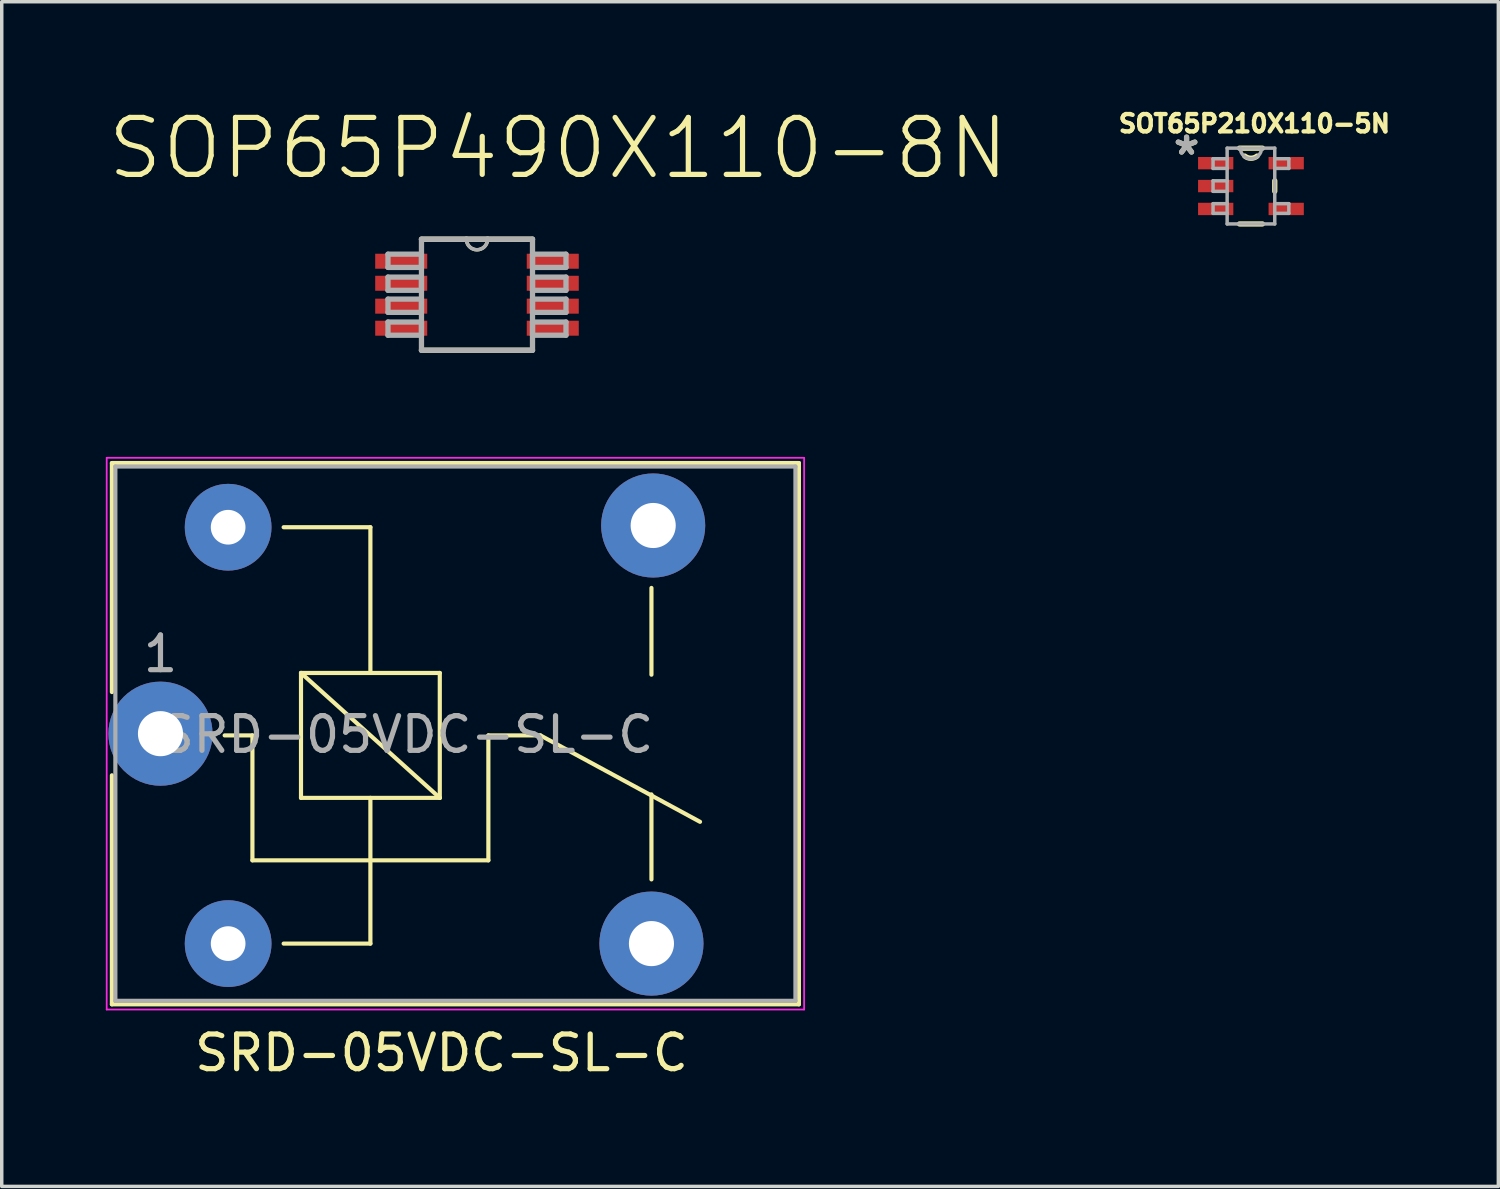
<source format=kicad_pcb>
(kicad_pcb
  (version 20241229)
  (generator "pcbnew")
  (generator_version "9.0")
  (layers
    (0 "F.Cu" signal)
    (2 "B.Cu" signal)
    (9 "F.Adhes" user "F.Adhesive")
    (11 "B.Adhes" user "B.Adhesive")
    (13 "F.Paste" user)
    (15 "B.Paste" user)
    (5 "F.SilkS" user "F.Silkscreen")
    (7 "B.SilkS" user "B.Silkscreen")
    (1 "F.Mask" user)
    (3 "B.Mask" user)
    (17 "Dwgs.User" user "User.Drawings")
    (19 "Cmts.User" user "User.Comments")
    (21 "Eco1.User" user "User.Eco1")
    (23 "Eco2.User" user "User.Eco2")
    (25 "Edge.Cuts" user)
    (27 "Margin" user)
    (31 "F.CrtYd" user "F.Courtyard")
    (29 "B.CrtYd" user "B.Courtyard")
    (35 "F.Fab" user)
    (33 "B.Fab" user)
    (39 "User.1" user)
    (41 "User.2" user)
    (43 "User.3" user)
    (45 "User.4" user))
  (footprint "SOP65P490X110-8N"
    (layer "F.Cu")
    (at 10.697 5.444)
    (property "Reference" "SOP65P490X110-8N" (at 2.339 -4.22 0) (layer "F.SilkS") (effects (font (size 1.641 1.641) (thickness 0.15))))
    (attr through_hole)
    (fp_line (start -1.6 1.6) (end 1.6 1.6) (stroke (width 0.152) (type solid)) (layer "F.SilkS"))
    (fp_line (start -0.305 -1.6) (end -1.6 -1.6) (stroke (width 0.152) (type solid)) (layer "F.SilkS"))
    (fp_line (start 0.305 -1.6) (end -0.305 -1.6) (stroke (width 0.152) (type solid)) (layer "F.SilkS"))
    (fp_line (start 1.6 -1.6) (end 0.305 -1.6) (stroke (width 0.152) (type solid)) (layer "F.SilkS"))
    (fp_arc (start 0.3048 -1.6002) (mid 0 -1.2954) (end -0.3048 -1.6002) (stroke (width 0.1) (type solid)) (layer "F.SilkS"))
    (fp_line (start -2.565 -1.168) (end -2.565 -0.787) (stroke (width 0.152) (type solid)) (layer "F.Fab"))
    (fp_line (start -2.565 -0.787) (end -1.6 -0.787) (stroke (width 0.152) (type solid)) (layer "F.Fab"))
    (fp_line (start -2.565 -0.508) (end -2.565 -0.127) (stroke (width 0.152) (type solid)) (layer "F.Fab"))
    (fp_line (start -2.565 -0.127) (end -1.6 -0.127) (stroke (width 0.152) (type solid)) (layer "F.Fab"))
    (fp_line (start -2.565 0.127) (end -2.565 0.508) (stroke (width 0.152) (type solid)) (layer "F.Fab"))
    (fp_line (start -2.565 0.508) (end -1.6 0.508) (stroke (width 0.152) (type solid)) (layer "F.Fab"))
    (fp_line (start -2.565 0.787) (end -2.565 1.168) (stroke (width 0.152) (type solid)) (layer "F.Fab"))
    (fp_line (start -2.565 1.168) (end -1.6 1.168) (stroke (width 0.152) (type solid)) (layer "F.Fab"))
    (fp_line (start -1.6 -1.6) (end -1.6 1.6) (stroke (width 0.152) (type solid)) (layer "F.Fab"))
    (fp_line (start -1.6 -1.168) (end -2.565 -1.168) (stroke (width 0.152) (type solid)) (layer "F.Fab"))
    (fp_line (start -1.6 -0.787) (end -1.6 -1.168) (stroke (width 0.152) (type solid)) (layer "F.Fab"))
    (fp_line (start -1.6 -0.508) (end -2.565 -0.508) (stroke (width 0.152) (type solid)) (layer "F.Fab"))
    (fp_line (start -1.6 -0.127) (end -1.6 -0.508) (stroke (width 0.152) (type solid)) (layer "F.Fab"))
    (fp_line (start -1.6 0.127) (end -2.565 0.127) (stroke (width 0.152) (type solid)) (layer "F.Fab"))
    (fp_line (start -1.6 0.508) (end -1.6 0.127) (stroke (width 0.152) (type solid)) (layer "F.Fab"))
    (fp_line (start -1.6 0.787) (end -2.565 0.787) (stroke (width 0.152) (type solid)) (layer "F.Fab"))
    (fp_line (start -1.6 1.168) (end -1.6 0.787) (stroke (width 0.152) (type solid)) (layer "F.Fab"))
    (fp_line (start -1.6 1.6) (end 1.6 1.6) (stroke (width 0.152) (type solid)) (layer "F.Fab"))
    (fp_line (start -0.305 -1.6) (end -1.6 -1.6) (stroke (width 0.152) (type solid)) (layer "F.Fab"))
    (fp_line (start 0.305 -1.6) (end -0.305 -1.6) (stroke (width 0.152) (type solid)) (layer "F.Fab"))
    (fp_line (start 1.6 -1.6) (end 0.305 -1.6) (stroke (width 0.152) (type solid)) (layer "F.Fab"))
    (fp_line (start 1.6 -1.168) (end 1.6 -0.787) (stroke (width 0.152) (type solid)) (layer "F.Fab"))
    (fp_line (start 1.6 -0.787) (end 2.565 -0.787) (stroke (width 0.152) (type solid)) (layer "F.Fab"))
    (fp_line (start 1.6 -0.508) (end 1.6 -0.127) (stroke (width 0.152) (type solid)) (layer "F.Fab"))
    (fp_line (start 1.6 -0.127) (end 2.565 -0.127) (stroke (width 0.152) (type solid)) (layer "F.Fab"))
    (fp_line (start 1.6 0.127) (end 1.6 0.508) (stroke (width 0.152) (type solid)) (layer "F.Fab"))
    (fp_line (start 1.6 0.508) (end 2.565 0.508) (stroke (width 0.152) (type solid)) (layer "F.Fab"))
    (fp_line (start 1.6 0.787) (end 1.6 1.168) (stroke (width 0.152) (type solid)) (layer "F.Fab"))
    (fp_line (start 1.6 1.168) (end 2.565 1.168) (stroke (width 0.152) (type solid)) (layer "F.Fab"))
    (fp_line (start 1.6 1.6) (end 1.6 -1.6) (stroke (width 0.152) (type solid)) (layer "F.Fab"))
    (fp_line (start 2.565 -1.168) (end 1.6 -1.168) (stroke (width 0.152) (type solid)) (layer "F.Fab"))
    (fp_line (start 2.565 -0.787) (end 2.565 -1.168) (stroke (width 0.152) (type solid)) (layer "F.Fab"))
    (fp_line (start 2.565 -0.508) (end 1.6 -0.508) (stroke (width 0.152) (type solid)) (layer "F.Fab"))
    (fp_line (start 2.565 -0.127) (end 2.565 -0.508) (stroke (width 0.152) (type solid)) (layer "F.Fab"))
    (fp_line (start 2.565 0.127) (end 1.6 0.127) (stroke (width 0.152) (type solid)) (layer "F.Fab"))
    (fp_line (start 2.565 0.508) (end 2.565 0.127) (stroke (width 0.152) (type solid)) (layer "F.Fab"))
    (fp_line (start 2.565 0.787) (end 1.6 0.787) (stroke (width 0.152) (type solid)) (layer "F.Fab"))
    (fp_line (start 2.565 1.168) (end 2.565 0.787) (stroke (width 0.152) (type solid)) (layer "F.Fab"))
    (fp_arc (start 0.3048 -1.6002) (mid 0 -1.2954) (end -0.3048 -1.6002) (stroke (width 0.1) (type solid)) (layer "F.Fab"))
    (pad "1" smd rect (at -2.184 -0.965) (size 1.499 0.432) (layers "F.Cu" "F.Mask" "F.Paste"))
    (pad "2" smd rect (at -2.184 -0.33) (size 1.499 0.432) (layers "F.Cu" "F.Mask" "F.Paste"))
    (pad "3" smd rect (at -2.184 0.33) (size 1.499 0.432) (layers "F.Cu" "F.Mask" "F.Paste"))
    (pad "4" smd rect (at -2.184 0.965) (size 1.499 0.432) (layers "F.Cu" "F.Mask" "F.Paste"))
    (pad "5" smd rect (at 2.184 0.965) (size 1.499 0.432) (layers "F.Cu" "F.Mask" "F.Paste"))
    (pad "6" smd rect (at 2.184 0.33) (size 1.499 0.432) (layers "F.Cu" "F.Mask" "F.Paste"))
    (pad "7" smd rect (at 2.184 -0.33) (size 1.499 0.432) (layers "F.Cu" "F.Mask" "F.Paste"))
    (pad "8" smd rect (at 2.184 -0.965) (size 1.499 0.432) (layers "F.Cu" "F.Mask" "F.Paste")))
  (footprint "SRD-05VDC-SL-C"
    (layer "F.Cu")
    (at 1.575 18.095)
    (property "Reference" "SRD-05VDC-SL-C" (at 8.1 9.2 0) (layer "F.SilkS") (effects (font (size 1 1) (thickness 0.15))))
    (attr through_hole)
    (fp_line (start -1.4 -7.8) (end -1.4 -1.2) (stroke (width 0.12) (type solid)) (layer "F.SilkS"))
    (fp_line (start -1.4 -7.8) (end 18.4 -7.8) (stroke (width 0.12) (type solid)) (layer "F.SilkS"))
    (fp_line (start -1.4 1.2) (end -1.4 7.8) (stroke (width 0.12) (type solid)) (layer "F.SilkS"))
    (fp_line (start 2.65 0.05) (end 1.85 0.05) (stroke (width 0.12) (type solid)) (layer "F.SilkS"))
    (fp_line (start 2.65 0.05) (end 2.65 3.65) (stroke (width 0.12) (type solid)) (layer "F.SilkS"))
    (fp_line (start 3.55 6.05) (end 6.05 6.05) (stroke (width 0.12) (type solid)) (layer "F.SilkS"))
    (fp_line (start 4.05 -1.75) (end 8.05 -1.75) (stroke (width 0.12) (type solid)) (layer "F.SilkS"))
    (fp_line (start 4.05 1.85) (end 4.05 -1.75) (stroke (width 0.12) (type solid)) (layer "F.SilkS"))
    (fp_line (start 6.05 -5.95) (end 3.55 -5.95) (stroke (width 0.12) (type solid)) (layer "F.SilkS"))
    (fp_line (start 6.05 -5.95) (end 6.05 -1.75) (stroke (width 0.12) (type solid)) (layer "F.SilkS"))
    (fp_line (start 6.05 1.85) (end 6.05 6.05) (stroke (width 0.12) (type solid)) (layer "F.SilkS"))
    (fp_line (start 8.05 -1.75) (end 8.05 1.85) (stroke (width 0.12) (type solid)) (layer "F.SilkS"))
    (fp_line (start 8.05 1.85) (end 4.05 -1.75) (stroke (width 0.12) (type solid)) (layer "F.SilkS"))
    (fp_line (start 8.05 1.85) (end 4.05 1.85) (stroke (width 0.12) (type solid)) (layer "F.SilkS"))
    (fp_line (start 9.45 0.05) (end 9.45 3.65) (stroke (width 0.12) (type solid)) (layer "F.SilkS"))
    (fp_line (start 9.45 0.05) (end 10.95 0.05) (stroke (width 0.12) (type solid)) (layer "F.SilkS"))
    (fp_line (start 9.45 3.65) (end 2.65 3.65) (stroke (width 0.12) (type solid)) (layer "F.SilkS"))
    (fp_line (start 10.95 0.05) (end 15.55 2.54) (stroke (width 0.12) (type solid)) (layer "F.SilkS"))
    (fp_line (start 14.15 -4.2) (end 14.15 -1.7) (stroke (width 0.12) (type solid)) (layer "F.SilkS"))
    (fp_line (start 14.15 4.2) (end 14.15 1.75) (stroke (width 0.12) (type solid)) (layer "F.SilkS"))
    (fp_line (start 18.4 -7.8) (end 18.4 7.8) (stroke (width 0.12) (type solid)) (layer "F.SilkS"))
    (fp_line (start 18.4 7.8) (end -1.4 7.8) (stroke (width 0.12) (type solid)) (layer "F.SilkS"))
    (fp_line (start -1.55 7.95) (end -1.55 -7.95) (stroke (width 0.05) (type solid)) (layer "F.CrtYd"))
    (fp_line (start -1.55 7.95) (end 18.55 7.95) (stroke (width 0.05) (type solid)) (layer "F.CrtYd"))
    (fp_line (start 18.55 -7.95) (end -1.55 -7.95) (stroke (width 0.05) (type solid)) (layer "F.CrtYd"))
    (fp_line (start 18.55 -7.95) (end 18.55 7.95) (stroke (width 0.05) (type solid)) (layer "F.CrtYd"))
    (fp_line (start -1.3 -7.7) (end 18.3 -7.7) (stroke (width 0.12) (type solid)) (layer "F.Fab"))
    (fp_line (start -1.3 7.7) (end -1.3 -7.7) (stroke (width 0.12) (type solid)) (layer "F.Fab"))
    (fp_line (start 18.3 -7.7) (end 18.3 7.7) (stroke (width 0.12) (type solid)) (layer "F.Fab"))
    (fp_line (start 18.3 7.7) (end -1.3 7.7) (stroke (width 0.12) (type solid)) (layer "F.Fab"))
    (fp_text user "1" (at 0 -2.3 0) (layer "F.Fab") (effects (font (size 1 1) (thickness 0.15))))
    (fp_text user "${REFERENCE}" (at 7.1 0.025 0) (layer "F.Fab") (effects (font (size 1 1) (thickness 0.15))))
    (pad "1" thru_hole circle (at 0 0 90) (size 3 3) (drill 1.3) (layers "*.Cu" "*.Mask"))
    (pad "2" thru_hole circle (at 1.95 6.05 90) (size 2.5 2.5) (drill 1) (layers "*.Cu" "*.Mask"))
    (pad "3" thru_hole circle (at 14.15 6.05 90) (size 3 3) (drill 1.3) (layers "*.Cu" "*.Mask"))
    (pad "4" thru_hole circle (at 14.2 -6 90) (size 3 3) (drill 1.3) (layers "*.Cu" "*.Mask"))
    (pad "5" thru_hole circle (at 1.95 -5.95 90) (size 2.5 2.5) (drill 1) (layers "*.Cu" "*.Mask")))
  (footprint "SOT65P210X110-5N"
    (layer "F.Cu")
    (at 33.003 2.312)
    (property "Reference" "SOT65P210X110-5N" (at 0.1 -1.8 0) (layer "F.SilkS") (effects (font (size 0.5 0.5) (thickness 0.125))))
    (attr through_hole)
    (fp_line (start -0.33 1.092) (end 0.33 1.092) (stroke (width 0.152) (type solid)) (layer "F.SilkS"))
    (fp_line (start 0.33 -1.092) (end -0.33 -1.092) (stroke (width 0.152) (type solid)) (layer "F.SilkS"))
    (fp_line (start 0.686 0.152) (end 0.686 -0.152) (stroke (width 0.152) (type solid)) (layer "F.SilkS"))
    (fp_arc (start 0.1778 -0.8636) (mid 0 -0.801509) (end -0.1778 -0.8636) (stroke (width 0.1524) (type solid)) (layer "F.SilkS"))
    (fp_line (start -1.092 -0.787) (end -1.092 -0.508) (stroke (width 0.1) (type solid)) (layer "F.Fab"))
    (fp_line (start -1.092 -0.508) (end -0.686 -0.508) (stroke (width 0.1) (type solid)) (layer "F.Fab"))
    (fp_line (start -1.092 -0.152) (end -1.092 0.152) (stroke (width 0.1) (type solid)) (layer "F.Fab"))
    (fp_line (start -1.092 0.152) (end -0.686 0.152) (stroke (width 0.1) (type solid)) (layer "F.Fab"))
    (fp_line (start -1.092 0.508) (end -1.092 0.787) (stroke (width 0.1) (type solid)) (layer "F.Fab"))
    (fp_line (start -1.092 0.787) (end -0.686 0.787) (stroke (width 0.1) (type solid)) (layer "F.Fab"))
    (fp_line (start -0.686 -1.092) (end -0.686 -0.787) (stroke (width 0.1) (type solid)) (layer "F.Fab"))
    (fp_line (start -0.686 -0.787) (end -1.092 -0.787) (stroke (width 0.1) (type solid)) (layer "F.Fab"))
    (fp_line (start -0.686 -0.787) (end -0.686 -0.508) (stroke (width 0.1) (type solid)) (layer "F.Fab"))
    (fp_line (start -0.686 -0.508) (end -0.686 -0.152) (stroke (width 0.1) (type solid)) (layer "F.Fab"))
    (fp_line (start -0.686 -0.152) (end -1.092 -0.152) (stroke (width 0.1) (type solid)) (layer "F.Fab"))
    (fp_line (start -0.686 -0.152) (end -0.686 0.152) (stroke (width 0.1) (type solid)) (layer "F.Fab"))
    (fp_line (start -0.686 0.152) (end -0.686 0.508) (stroke (width 0.1) (type solid)) (layer "F.Fab"))
    (fp_line (start -0.686 0.508) (end -1.092 0.508) (stroke (width 0.1) (type solid)) (layer "F.Fab"))
    (fp_line (start -0.686 0.508) (end -0.686 0.787) (stroke (width 0.1) (type solid)) (layer "F.Fab"))
    (fp_line (start -0.686 0.787) (end -0.686 1.092) (stroke (width 0.1) (type solid)) (layer "F.Fab"))
    (fp_line (start -0.686 1.092) (end 0.686 1.092) (stroke (width 0.1) (type solid)) (layer "F.Fab"))
    (fp_line (start -0.305 -1.092) (end -0.686 -1.092) (stroke (width 0.1) (type solid)) (layer "F.Fab"))
    (fp_line (start 0.305 -1.092) (end -0.305 -1.092) (stroke (width 0.1) (type solid)) (layer "F.Fab"))
    (fp_line (start 0.686 -1.092) (end 0.305 -1.092) (stroke (width 0.1) (type solid)) (layer "F.Fab"))
    (fp_line (start 0.686 -0.787) (end 0.686 -1.092) (stroke (width 0.1) (type solid)) (layer "F.Fab"))
    (fp_line (start 0.686 -0.508) (end 0.686 -0.787) (stroke (width 0.1) (type solid)) (layer "F.Fab"))
    (fp_line (start 0.686 -0.508) (end 1.092 -0.508) (stroke (width 0.1) (type solid)) (layer "F.Fab"))
    (fp_line (start 0.686 0.508) (end 0.686 -0.508) (stroke (width 0.1) (type solid)) (layer "F.Fab"))
    (fp_line (start 0.686 0.787) (end 0.686 0.508) (stroke (width 0.1) (type solid)) (layer "F.Fab"))
    (fp_line (start 0.686 0.787) (end 1.092 0.787) (stroke (width 0.1) (type solid)) (layer "F.Fab"))
    (fp_line (start 0.686 1.092) (end 0.686 0.787) (stroke (width 0.1) (type solid)) (layer "F.Fab"))
    (fp_line (start 1.092 -0.787) (end 0.686 -0.787) (stroke (width 0.1) (type solid)) (layer "F.Fab"))
    (fp_line (start 1.092 -0.508) (end 1.092 -0.787) (stroke (width 0.1) (type solid)) (layer "F.Fab"))
    (fp_line (start 1.092 0.508) (end 0.686 0.508) (stroke (width 0.1) (type solid)) (layer "F.Fab"))
    (fp_line (start 1.092 0.787) (end 1.092 0.508) (stroke (width 0.1) (type solid)) (layer "F.Fab"))
    (fp_arc (start 0.3048 -1.0922) (mid 0 -0.7874) (end -0.3048 -1.0922) (stroke (width 0.1) (type solid)) (layer "F.Fab"))
    (fp_text user "*" (at -1.856 -0.864 0) (layer "F.SilkS") (effects (font (size 1.001 1.001) (thickness 0.15))))
    (fp_text user "*" (at -1.855 -0.864 0) (layer "F.Fab") (effects (font (size 1 1) (thickness 0.15))))
    (pad "1" smd rect (at -1.016 -0.66) (size 1.016 0.356) (layers "F.Cu" "F.Mask" "F.Paste"))
    (pad "2" smd rect (at -1.016 0) (size 1.016 0.356) (layers "F.Cu" "F.Mask" "F.Paste"))
    (pad "3" smd rect (at -1.016 0.66) (size 1.016 0.356) (layers "F.Cu" "F.Mask" "F.Paste"))
    (pad "4" smd rect (at 1.016 0.66) (size 1.016 0.356) (layers "F.Cu" "F.Mask" "F.Paste"))
    (pad "5" smd rect (at 1.016 -0.66) (size 1.016 0.356) (layers "F.Cu" "F.Mask" "F.Paste")))
  (gr_rect
    (start -3 -3)
    (end 40.133 31.143)
    (stroke (width 0.1) (type default))
    (fill no)
    (layer "Edge.Cuts")))
</source>
